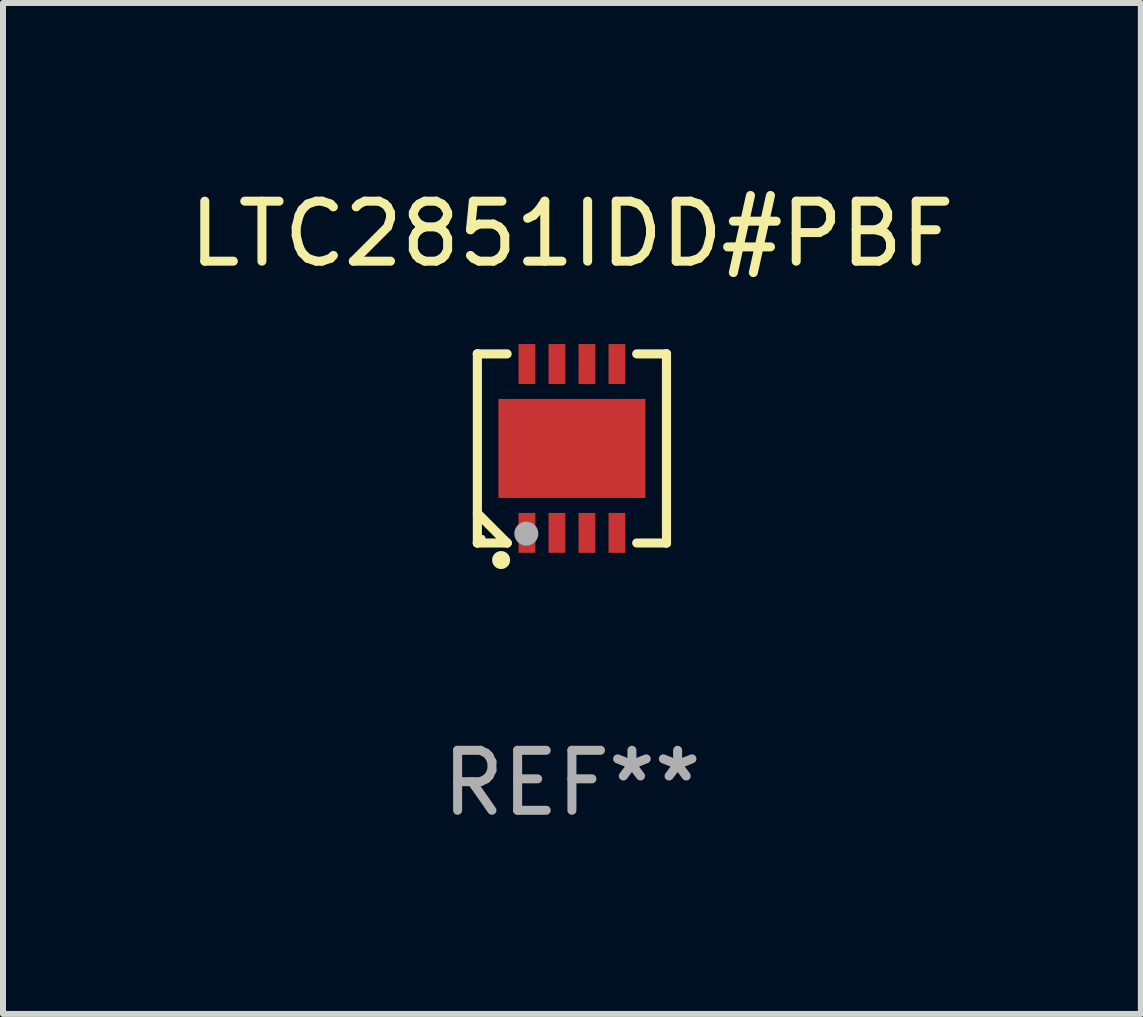
<source format=kicad_pcb>
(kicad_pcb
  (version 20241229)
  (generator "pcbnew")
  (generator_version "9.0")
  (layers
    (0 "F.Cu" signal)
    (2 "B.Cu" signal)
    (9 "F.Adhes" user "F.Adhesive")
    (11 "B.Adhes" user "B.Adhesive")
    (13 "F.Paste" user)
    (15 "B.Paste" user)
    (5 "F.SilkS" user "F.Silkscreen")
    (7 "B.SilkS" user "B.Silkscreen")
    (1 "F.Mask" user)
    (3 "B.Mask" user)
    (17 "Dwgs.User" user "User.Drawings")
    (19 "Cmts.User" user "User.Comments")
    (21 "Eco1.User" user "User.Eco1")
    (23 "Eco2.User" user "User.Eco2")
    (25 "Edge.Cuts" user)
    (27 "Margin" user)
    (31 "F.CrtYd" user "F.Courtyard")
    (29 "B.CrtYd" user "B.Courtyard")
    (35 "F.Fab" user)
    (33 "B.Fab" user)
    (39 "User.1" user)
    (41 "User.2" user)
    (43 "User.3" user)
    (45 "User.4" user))
  (footprint "LTC2851IDD#PBF"
    (layer "F.Cu")
    (at 6.482 4.424)
    (property "Reference" "LTC2851IDD#PBF" (at 0 -3.576 0) (layer "F.SilkS") (effects (font (size 1 1) (thickness 0.15))))
    (attr through_hole)
    (fp_line (start -1.576 -1.576) (end -1.576 -1.576) (stroke (width 0.152) (type solid)) (layer "F.SilkS"))
    (fp_line (start -1.576 -1.576) (end -1.08 -1.576) (stroke (width 0.152) (type solid)) (layer "F.SilkS"))
    (fp_line (start -1.576 1.576) (end -1.576 -1.576) (stroke (width 0.152) (type solid)) (layer "F.SilkS"))
    (fp_line (start -1.576 1.576) (end -1.576 1.576) (stroke (width 0.152) (type solid)) (layer "F.SilkS"))
    (fp_line (start -1.08 1.575) (end -1.576 1.079) (stroke (width 0.152) (type solid)) (layer "F.SilkS"))
    (fp_line (start -1.08 1.576) (end -1.576 1.576) (stroke (width 0.152) (type solid)) (layer "F.SilkS"))
    (fp_line (start -1.08 1.576) (end -1.08 1.575) (stroke (width 0.152) (type solid)) (layer "F.SilkS"))
    (fp_line (start 1.08 1.576) (end 1.576 1.576) (stroke (width 0.152) (type solid)) (layer "F.SilkS"))
    (fp_line (start 1.576 -1.576) (end 1.08 -1.576) (stroke (width 0.152) (type solid)) (layer "F.SilkS"))
    (fp_line (start 1.576 -1.576) (end 1.576 -1.576) (stroke (width 0.152) (type solid)) (layer "F.SilkS"))
    (fp_line (start 1.576 1.576) (end 1.576 -1.576) (stroke (width 0.152) (type solid)) (layer "F.SilkS"))
    (fp_line (start 1.576 1.576) (end 1.576 1.576) (stroke (width 0.152) (type solid)) (layer "F.SilkS"))
    (fp_circle (center -1.5 1.5) (end -1.47 1.5) (stroke (width 0.06) (type solid)) (fill no) (layer "F.SilkS"))
    (fp_circle (center -1.18 1.86) (end -1.105 1.86) (stroke (width 0.15) (type solid)) (fill no) (layer "F.SilkS"))
    (fp_circle (center -0.76 1.42) (end -0.66 1.42) (stroke (width 0.2) (type solid)) (fill no) (layer "F.Fab"))
    (fp_text user "REF**" (at 0 5.576 0) (layer "F.Fab") (effects (font (size 1 1) (thickness 0.15))))
    (pad "1" smd rect (at -0.75 1.407) (size 0.28 0.665) (layers "F.Cu" "F.Mask" "F.Paste"))
    (pad "2" smd rect (at -0.25 1.407) (size 0.28 0.665) (layers "F.Cu" "F.Mask" "F.Paste"))
    (pad "3" smd rect (at 0.25 1.407) (size 0.28 0.665) (layers "F.Cu" "F.Mask" "F.Paste"))
    (pad "4" smd rect (at 0.75 1.407) (size 0.28 0.665) (layers "F.Cu" "F.Mask" "F.Paste"))
    (pad "5" smd rect (at 0.75 -1.407) (size 0.28 0.665) (layers "F.Cu" "F.Mask" "F.Paste"))
    (pad "6" smd rect (at 0.25 -1.407) (size 0.28 0.665) (layers "F.Cu" "F.Mask" "F.Paste"))
    (pad "7" smd rect (at -0.25 -1.407) (size 0.28 0.665) (layers "F.Cu" "F.Mask" "F.Paste"))
    (pad "8" smd rect (at -0.75 -1.407) (size 0.28 0.665) (layers "F.Cu" "F.Mask" "F.Paste"))
    (pad "9" smd rect (at 0 0) (size 2.45 1.65) (layers "F.Cu" "F.Mask" "F.Paste")))
  (gr_rect
    (start -3 -3)
    (end 15.964 13.849)
    (stroke (width 0.1) (type default))
    (fill no)
    (layer "Edge.Cuts")))
</source>
